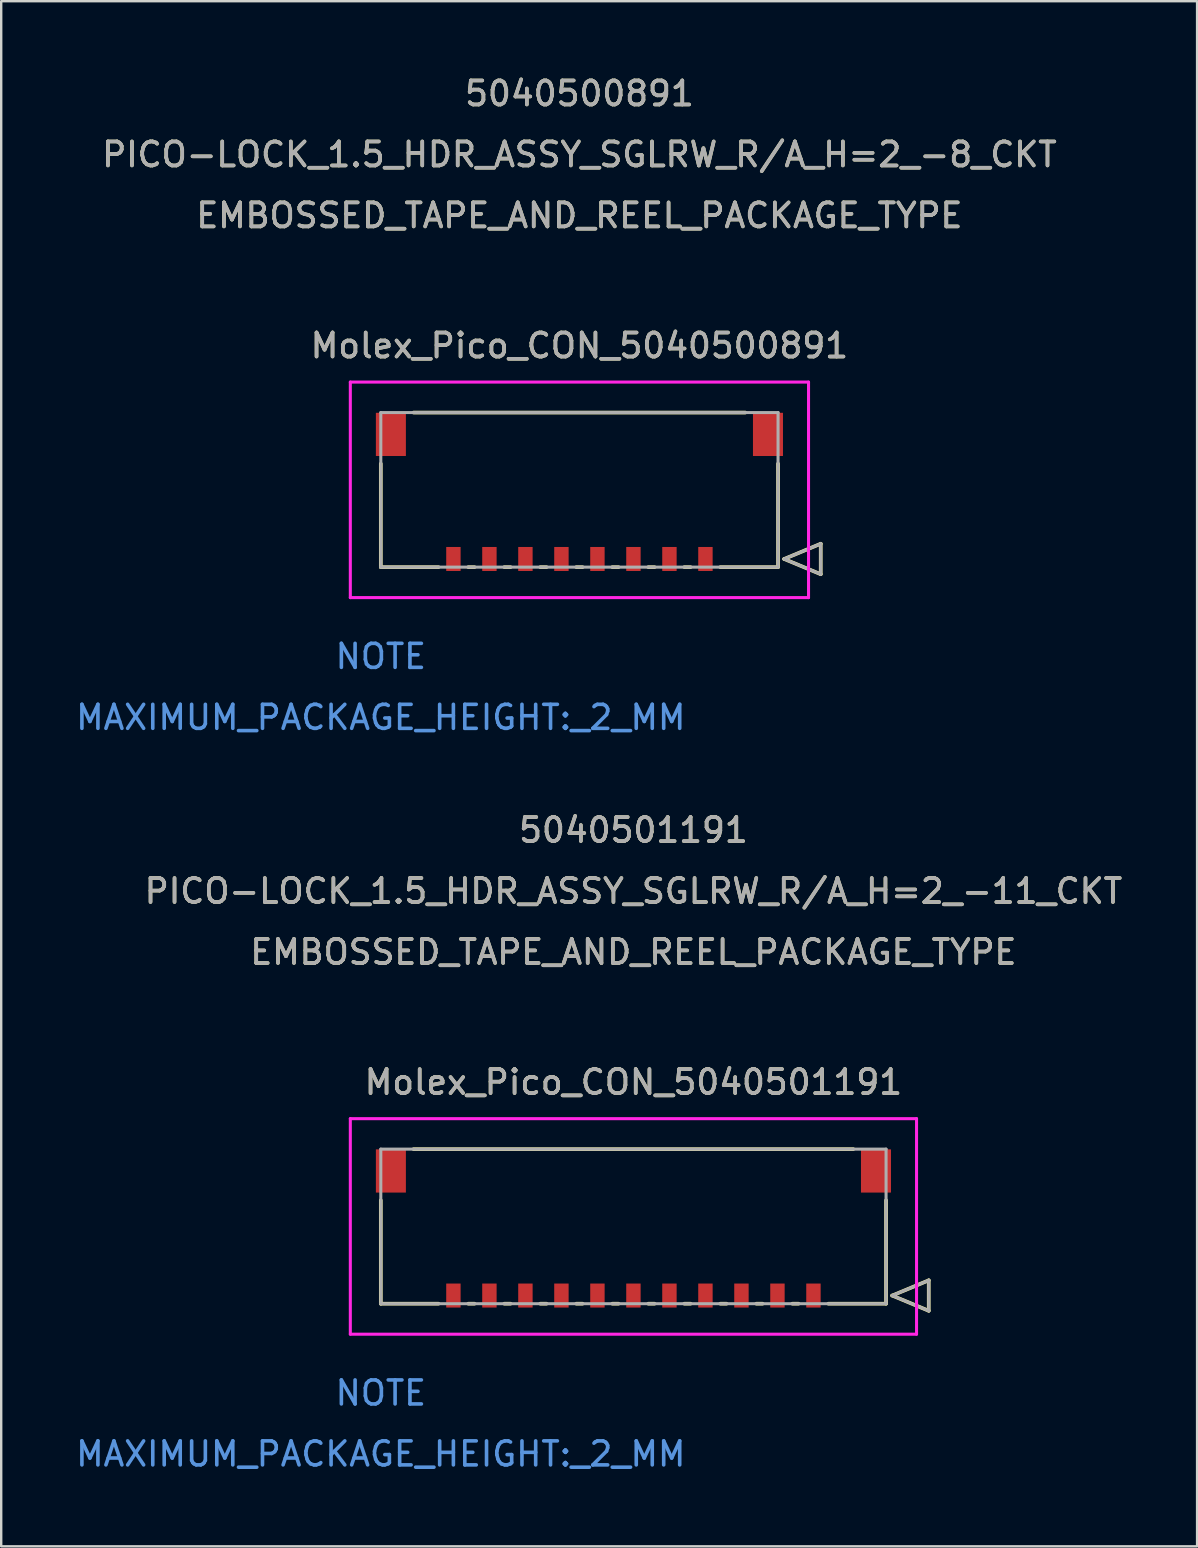
<source format=kicad_pcb>
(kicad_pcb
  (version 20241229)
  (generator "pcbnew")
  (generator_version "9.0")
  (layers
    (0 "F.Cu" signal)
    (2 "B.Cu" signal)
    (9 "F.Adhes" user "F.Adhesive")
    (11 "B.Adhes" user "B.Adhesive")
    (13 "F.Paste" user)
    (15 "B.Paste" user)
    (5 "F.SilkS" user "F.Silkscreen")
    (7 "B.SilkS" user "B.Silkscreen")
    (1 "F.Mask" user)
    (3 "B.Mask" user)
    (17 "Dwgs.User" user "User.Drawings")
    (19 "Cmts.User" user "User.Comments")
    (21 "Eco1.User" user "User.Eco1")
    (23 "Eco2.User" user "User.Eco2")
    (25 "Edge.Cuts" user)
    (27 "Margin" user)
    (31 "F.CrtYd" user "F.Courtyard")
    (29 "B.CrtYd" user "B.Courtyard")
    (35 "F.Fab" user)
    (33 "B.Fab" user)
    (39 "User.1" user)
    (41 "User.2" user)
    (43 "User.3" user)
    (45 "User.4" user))
  (footprint "Molex_Pico_CON_5040500891"
    (layer "F.Cu")
    (at 26.34 20.238)
    (property "Reference" "Molex_Pico_CON_5040500891" (at -5.25 -8.89 0) (unlocked yes) (layer "F.SilkS") (effects (font (size 1 1) (thickness 0.15))))
    (attr smd)
    (fp_line (start -13.525 -3.97) (end -13.525 0.34) (stroke (width 0.152) (type solid)) (layer "F.SilkS"))
    (fp_line (start -13.525 0.34) (end -11.12 0.34) (stroke (width 0.152) (type solid)) (layer "F.SilkS"))
    (fp_line (start -9.88 0.34) (end -9.62 0.34) (stroke (width 0.152) (type solid)) (layer "F.SilkS"))
    (fp_line (start -8.38 0.34) (end -8.12 0.34) (stroke (width 0.152) (type solid)) (layer "F.SilkS"))
    (fp_line (start -6.88 0.34) (end -6.62 0.34) (stroke (width 0.152) (type solid)) (layer "F.SilkS"))
    (fp_line (start -5.38 0.34) (end -5.12 0.34) (stroke (width 0.152) (type solid)) (layer "F.SilkS"))
    (fp_line (start -3.88 0.34) (end -3.62 0.34) (stroke (width 0.152) (type solid)) (layer "F.SilkS"))
    (fp_line (start -2.38 0.34) (end -2.12 0.34) (stroke (width 0.152) (type solid)) (layer "F.SilkS"))
    (fp_line (start -0.88 0.34) (end -0.62 0.34) (stroke (width 0.152) (type solid)) (layer "F.SilkS"))
    (fp_line (start 0.62 0.34) (end 3.025 0.34) (stroke (width 0.152) (type solid)) (layer "F.SilkS"))
    (fp_line (start 1.66 -6.1) (end -12.16 -6.1) (stroke (width 0.152) (type solid)) (layer "F.SilkS"))
    (fp_line (start 3.025 0.34) (end 3.025 -3.97) (stroke (width 0.152) (type solid)) (layer "F.SilkS"))
    (fp_line (start 3.279 0) (end 4.803 -0.635) (stroke (width 0.152) (type solid)) (layer "F.SilkS"))
    (fp_line (start 4.803 -0.635) (end 4.803 0.635) (stroke (width 0.152) (type solid)) (layer "F.SilkS"))
    (fp_line (start 4.803 0.635) (end 3.279 0) (stroke (width 0.152) (type solid)) (layer "F.SilkS"))
    (fp_line (start -14.795 -7.37) (end -14.795 1.61) (stroke (width 0.127) (type solid)) (layer "F.CrtYd"))
    (fp_line (start -14.795 1.61) (end 4.295 1.61) (stroke (width 0.127) (type solid)) (layer "F.CrtYd"))
    (fp_line (start 4.295 -7.37) (end -14.795 -7.37) (stroke (width 0.127) (type solid)) (layer "F.CrtYd"))
    (fp_line (start 4.295 1.61) (end 4.295 -7.37) (stroke (width 0.127) (type solid)) (layer "F.CrtYd"))
    (fp_line (start -13.525 -6.1) (end -13.525 0.34) (stroke (width 0.127) (type solid)) (layer "F.Fab"))
    (fp_line (start -13.525 0.34) (end 3.025 0.34) (stroke (width 0.127) (type solid)) (layer "F.Fab"))
    (fp_line (start 3.025 -6.1) (end -13.525 -6.1) (stroke (width 0.127) (type solid)) (layer "F.Fab"))
    (fp_line (start 3.025 0.34) (end 3.025 -6.1) (stroke (width 0.127) (type solid)) (layer "F.Fab"))
    (fp_line (start 3.279 0) (end 4.803 -0.635) (stroke (width 0.127) (type solid)) (layer "F.Fab"))
    (fp_line (start 4.803 -0.635) (end 4.803 0.635) (stroke (width 0.127) (type solid)) (layer "F.Fab"))
    (fp_line (start 4.803 0.635) (end 3.279 0) (stroke (width 0.127) (type solid)) (layer "F.Fab"))
    (fp_text user "EMBOSSED_TAPE_AND_REEL_PACKAGE_TYPE" (at -5.25 -14.31 0) (unlocked yes) (layer "F.SilkS") (effects (font (size 1 1) (thickness 0.15))))
    (fp_text user "PICO-LOCK_1.5_HDR_ASSY_SGLRW_R/A_H=2_-8_CKT" (at -5.25 -16.85 0) (unlocked yes) (layer "F.SilkS") (effects (font (size 1 1) (thickness 0.15))))
    (fp_text user "5040500891" (at -5.25 -19.39 0) (unlocked yes) (layer "F.SilkS") (effects (font (size 1 1) (thickness 0.15))))
    (fp_text user "MAXIMUM_PACKAGE_HEIGHT:_2_MM" (at -13.525 6.6 0) (unlocked yes) (layer "Cmts.User") (effects (font (size 1 1) (thickness 0.15))))
    (fp_text user "NOTE" (at -13.525 4.06 0) (unlocked yes) (layer "Cmts.User") (effects (font (size 1 1) (thickness 0.15))))
    (fp_text user "5040500891" (at -5.25 -19.39 0) (unlocked yes) (layer "F.Fab") (effects (font (size 1 1) (thickness 0.15))))
    (fp_text user "PICO-LOCK_1.5_HDR_ASSY_SGLRW_R/A_H=2_-8_CKT" (at -5.25 -16.85 0) (unlocked yes) (layer "F.Fab") (effects (font (size 1 1) (thickness 0.15))))
    (fp_text user "EMBOSSED_TAPE_AND_REEL_PACKAGE_TYPE" (at -5.25 -14.31 0) (unlocked yes) (layer "F.Fab") (effects (font (size 1 1) (thickness 0.15))))
    (fp_text user "${REFERENCE}" (at -5.25 -8.89 0) (unlocked yes) (layer "F.Fab") (effects (font (size 1 1) (thickness 0.15))))
    (pad "1" smd rect (at 0 0) (size 0.6 1) (layers "F.Cu" "F.Mask" "F.Paste"))
    (pad "2" smd rect (at -1.5 0) (size 0.6 1) (layers "F.Cu" "F.Mask" "F.Paste"))
    (pad "3" smd rect (at -3 0) (size 0.6 1) (layers "F.Cu" "F.Mask" "F.Paste"))
    (pad "4" smd rect (at -4.5 0) (size 0.6 1) (layers "F.Cu" "F.Mask" "F.Paste"))
    (pad "5" smd rect (at -6 0) (size 0.6 1) (layers "F.Cu" "F.Mask" "F.Paste"))
    (pad "6" smd rect (at -7.5 0) (size 0.6 1) (layers "F.Cu" "F.Mask" "F.Paste"))
    (pad "7" smd rect (at -9 0) (size 0.6 1) (layers "F.Cu" "F.Mask" "F.Paste"))
    (pad "8" smd rect (at -10.5 0) (size 0.6 1) (layers "F.Cu" "F.Mask" "F.Paste"))
    (pad "9" smd rect (at 2.605 -5.19) (size 1.25 1.8) (layers "F.Cu" "F.Mask" "F.Paste"))
    (pad "10" smd rect (at -13.105 -5.19) (size 1.25 1.8) (layers "F.Cu" "F.Mask" "F.Paste")))
  (footprint "Molex_Pico_CON_5040501191"
    (layer "F.Cu")
    (at 30.84 50.925)
    (property "Reference" "Molex_Pico_CON_5040501191" (at -7.5 -8.89 0) (unlocked yes) (layer "F.SilkS") (effects (font (size 1 1) (thickness 0.15))))
    (attr smd)
    (fp_line (start -18.025 -3.97) (end -18.025 0.34) (stroke (width 0.152) (type solid)) (layer "F.SilkS"))
    (fp_line (start -18.025 0.34) (end -15.62 0.34) (stroke (width 0.152) (type solid)) (layer "F.SilkS"))
    (fp_line (start -14.38 0.34) (end -14.12 0.34) (stroke (width 0.152) (type solid)) (layer "F.SilkS"))
    (fp_line (start -12.88 0.34) (end -12.62 0.34) (stroke (width 0.152) (type solid)) (layer "F.SilkS"))
    (fp_line (start -11.38 0.34) (end -11.12 0.34) (stroke (width 0.152) (type solid)) (layer "F.SilkS"))
    (fp_line (start -9.88 0.34) (end -9.62 0.34) (stroke (width 0.152) (type solid)) (layer "F.SilkS"))
    (fp_line (start -8.38 0.34) (end -8.12 0.34) (stroke (width 0.152) (type solid)) (layer "F.SilkS"))
    (fp_line (start -6.88 0.34) (end -6.62 0.34) (stroke (width 0.152) (type solid)) (layer "F.SilkS"))
    (fp_line (start -5.38 0.34) (end -5.12 0.34) (stroke (width 0.152) (type solid)) (layer "F.SilkS"))
    (fp_line (start -3.88 0.34) (end -3.62 0.34) (stroke (width 0.152) (type solid)) (layer "F.SilkS"))
    (fp_line (start -2.38 0.34) (end -2.12 0.34) (stroke (width 0.152) (type solid)) (layer "F.SilkS"))
    (fp_line (start -0.88 0.34) (end -0.62 0.34) (stroke (width 0.152) (type solid)) (layer "F.SilkS"))
    (fp_line (start 0.62 0.34) (end 3.025 0.34) (stroke (width 0.152) (type solid)) (layer "F.SilkS"))
    (fp_line (start 1.66 -6.1) (end -16.66 -6.1) (stroke (width 0.152) (type solid)) (layer "F.SilkS"))
    (fp_line (start 3.025 0.34) (end 3.025 -3.97) (stroke (width 0.152) (type solid)) (layer "F.SilkS"))
    (fp_line (start 3.279 0) (end 4.803 -0.635) (stroke (width 0.152) (type solid)) (layer "F.SilkS"))
    (fp_line (start 4.803 -0.635) (end 4.803 0.635) (stroke (width 0.152) (type solid)) (layer "F.SilkS"))
    (fp_line (start 4.803 0.635) (end 3.279 0) (stroke (width 0.152) (type solid)) (layer "F.SilkS"))
    (fp_line (start -19.295 -7.37) (end -19.295 1.61) (stroke (width 0.127) (type solid)) (layer "F.CrtYd"))
    (fp_line (start -19.295 1.61) (end 4.295 1.61) (stroke (width 0.127) (type solid)) (layer "F.CrtYd"))
    (fp_line (start 4.295 -7.37) (end -19.295 -7.37) (stroke (width 0.127) (type solid)) (layer "F.CrtYd"))
    (fp_line (start 4.295 1.61) (end 4.295 -7.37) (stroke (width 0.127) (type solid)) (layer "F.CrtYd"))
    (fp_line (start -18.025 -6.1) (end -18.025 0.34) (stroke (width 0.127) (type solid)) (layer "F.Fab"))
    (fp_line (start -18.025 0.34) (end 3.025 0.34) (stroke (width 0.127) (type solid)) (layer "F.Fab"))
    (fp_line (start 3.025 -6.1) (end -18.025 -6.1) (stroke (width 0.127) (type solid)) (layer "F.Fab"))
    (fp_line (start 3.025 0.34) (end 3.025 -6.1) (stroke (width 0.127) (type solid)) (layer "F.Fab"))
    (fp_line (start 3.279 0) (end 4.803 -0.635) (stroke (width 0.127) (type solid)) (layer "F.Fab"))
    (fp_line (start 4.803 -0.635) (end 4.803 0.635) (stroke (width 0.127) (type solid)) (layer "F.Fab"))
    (fp_line (start 4.803 0.635) (end 3.279 0) (stroke (width 0.127) (type solid)) (layer "F.Fab"))
    (fp_text user "PICO-LOCK_1.5_HDR_ASSY_SGLRW_R/A_H=2_-11_CKT" (at -7.5 -16.85 0) (unlocked yes) (layer "F.SilkS") (effects (font (size 1 1) (thickness 0.15))))
    (fp_text user "5040501191" (at -7.5 -19.39 0) (unlocked yes) (layer "F.SilkS") (effects (font (size 1 1) (thickness 0.15))))
    (fp_text user "EMBOSSED_TAPE_AND_REEL_PACKAGE_TYPE" (at -7.5 -14.31 0) (unlocked yes) (layer "F.SilkS") (effects (font (size 1 1) (thickness 0.15))))
    (fp_text user "NOTE" (at -18.025 4.06 0) (unlocked yes) (layer "Cmts.User") (effects (font (size 1 1) (thickness 0.15))))
    (fp_text user "MAXIMUM_PACKAGE_HEIGHT:_2_MM" (at -18.025 6.6 0) (unlocked yes) (layer "Cmts.User") (effects (font (size 1 1) (thickness 0.15))))
    (fp_text user "${REFERENCE}" (at -7.5 -8.89 0) (unlocked yes) (layer "F.Fab") (effects (font (size 1 1) (thickness 0.15))))
    (fp_text user "5040501191" (at -7.5 -19.39 0) (unlocked yes) (layer "F.Fab") (effects (font (size 1 1) (thickness 0.15))))
    (fp_text user "PICO-LOCK_1.5_HDR_ASSY_SGLRW_R/A_H=2_-11_CKT" (at -7.5 -16.85 0) (unlocked yes) (layer "F.Fab") (effects (font (size 1 1) (thickness 0.15))))
    (fp_text user "EMBOSSED_TAPE_AND_REEL_PACKAGE_TYPE" (at -7.5 -14.31 0) (unlocked yes) (layer "F.Fab") (effects (font (size 1 1) (thickness 0.15))))
    (pad "1" smd rect (at 0 0) (size 0.6 1) (layers "F.Cu" "F.Mask" "F.Paste"))
    (pad "2" smd rect (at -1.5 0) (size 0.6 1) (layers "F.Cu" "F.Mask" "F.Paste"))
    (pad "3" smd rect (at -3 0) (size 0.6 1) (layers "F.Cu" "F.Mask" "F.Paste"))
    (pad "4" smd rect (at -4.5 0) (size 0.6 1) (layers "F.Cu" "F.Mask" "F.Paste"))
    (pad "5" smd rect (at -6 0) (size 0.6 1) (layers "F.Cu" "F.Mask" "F.Paste"))
    (pad "6" smd rect (at -7.5 0) (size 0.6 1) (layers "F.Cu" "F.Mask" "F.Paste"))
    (pad "7" smd rect (at -9 0) (size 0.6 1) (layers "F.Cu" "F.Mask" "F.Paste"))
    (pad "8" smd rect (at -10.5 0) (size 0.6 1) (layers "F.Cu" "F.Mask" "F.Paste"))
    (pad "9" smd rect (at -12 0) (size 0.6 1) (layers "F.Cu" "F.Mask" "F.Paste"))
    (pad "10" smd rect (at -13.5 0) (size 0.6 1) (layers "F.Cu" "F.Mask" "F.Paste"))
    (pad "11" smd rect (at -15 0) (size 0.6 1) (layers "F.Cu" "F.Mask" "F.Paste"))
    (pad "12" smd rect (at 2.605 -5.19) (size 1.25 1.8) (layers "F.Cu" "F.Mask" "F.Paste"))
    (pad "13" smd rect (at -17.605 -5.19) (size 1.25 1.8) (layers "F.Cu" "F.Mask" "F.Paste")))
  (gr_rect
    (start -3 -3)
    (end 46.823 61.373)
    (stroke (width 0.1) (type default))
    (fill no)
    (layer "Edge.Cuts")))
</source>
